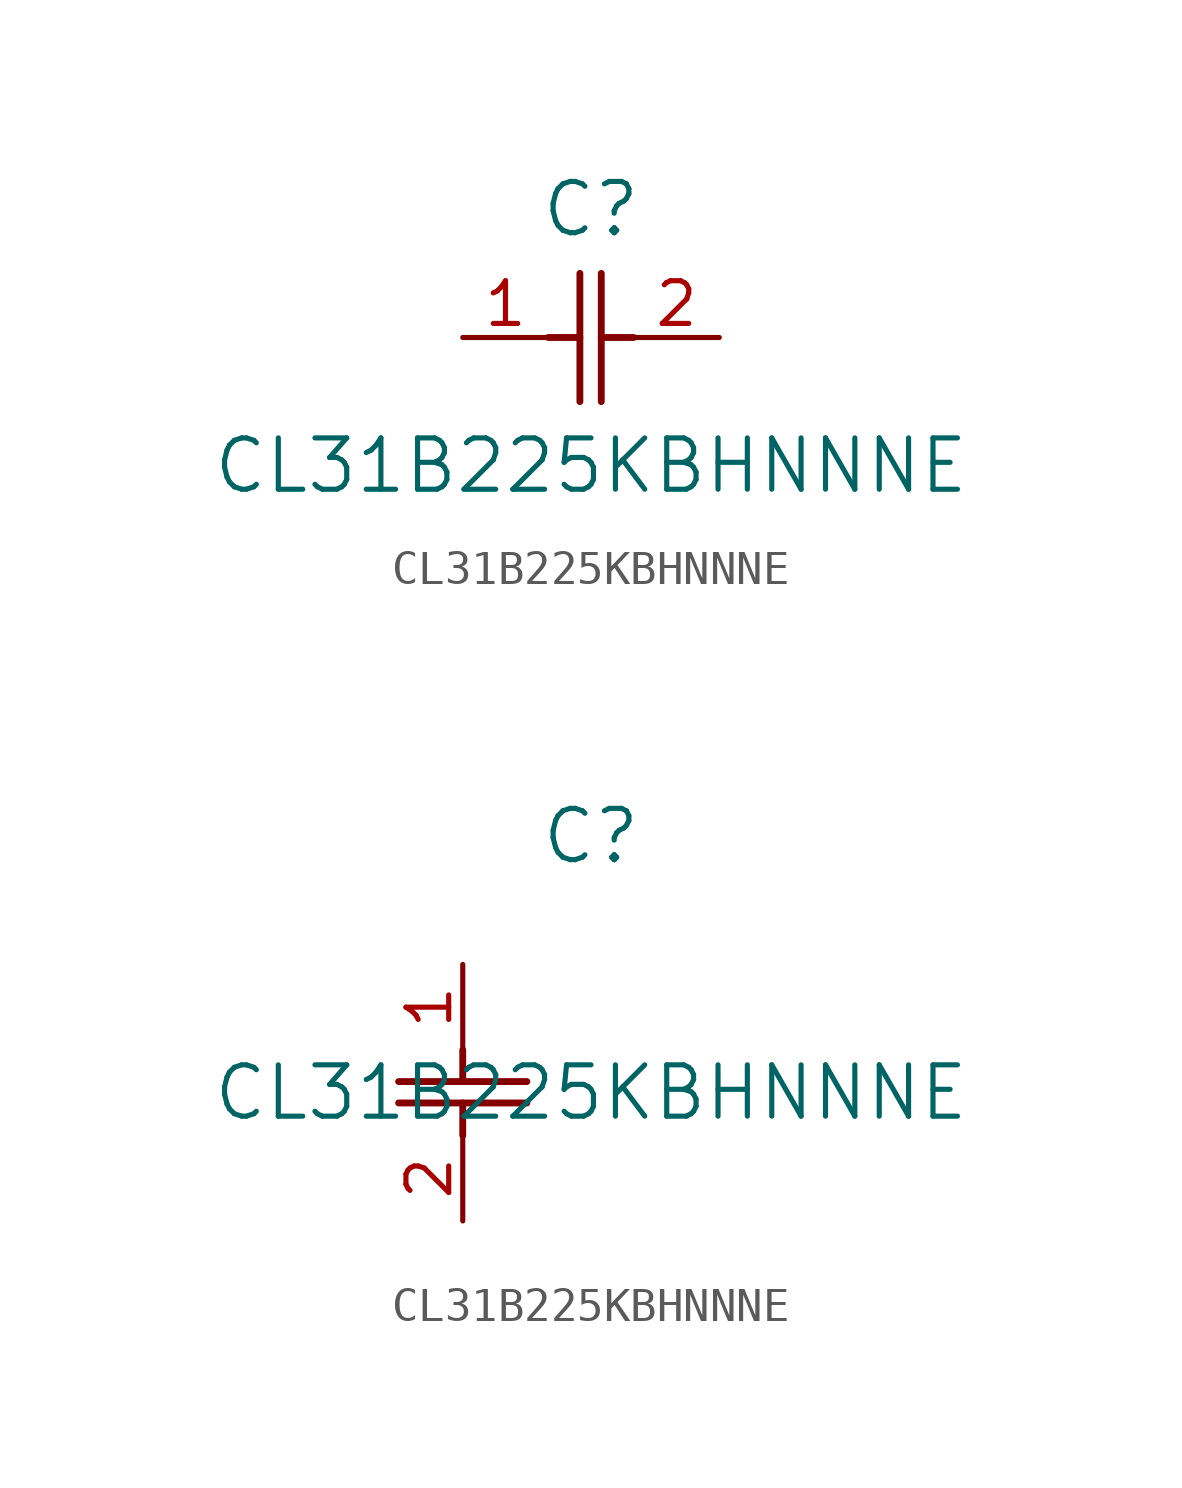
<source format=kicad_sym>
(kicad_symbol_lib
  (version 20211014)
  (generator kicad_symbol_editor)
  (symbol "CL31B225KBHNNNE"
    (pin_names
      (offset 0.254))
    (property "Reference" "C"
      (at 3.81 3.81 0)
      (effects (font (size 1.524 1.524))))
    (property "Value" "CL31B225KBHNNNE"
      (at 3.81 -3.81 0)
      (effects (font (size 1.524 1.524))))
    (symbol "CL31B225KBHNNNE_1_1"
      (polyline (pts (xy 3.48 -1.905) (xy 3.48 1.905)) (stroke (width 0.203) (type default) (color 0 0 0 0)) (fill (type none)))
      (polyline (pts (xy 4.115 -1.905) (xy 4.115 1.905)) (stroke (width 0.203) (type default) (color 0 0 0 0)) (fill (type none)))
      (polyline (pts (xy 4.115 0) (xy 5.08 0)) (stroke (width 0.203) (type default) (color 0 0 0 0)) (fill (type none)))
      (polyline (pts (xy 2.54 0) (xy 3.48 0)) (stroke (width 0.203) (type default) (color 0 0 0 0)) (fill (type none)))
      (pin unspecified line (at 0 0 0) (length 2.54) (name "" (effects (font (size 1.27 1.27)))) (number "1" (effects (font (size 1.27 1.27)))))
      (pin unspecified line (at 7.62 0 180) (length 2.54) (name "" (effects (font (size 1.27 1.27)))) (number "2" (effects (font (size 1.27 1.27))))))
    (symbol "CL31B225KBHNNNE_1_2"
      (polyline (pts (xy -1.905 -3.48) (xy 1.905 -3.48)) (stroke (width 0.203) (type default) (color 0 0 0 0)) (fill (type none)))
      (polyline (pts (xy -1.905 -4.115) (xy 1.905 -4.115)) (stroke (width 0.203) (type default) (color 0 0 0 0)) (fill (type none)))
      (polyline (pts (xy 0 -4.115) (xy 0 -5.08)) (stroke (width 0.203) (type default) (color 0 0 0 0)) (fill (type none)))
      (polyline (pts (xy 0 -2.54) (xy 0 -3.48)) (stroke (width 0.203) (type default) (color 0 0 0 0)) (fill (type none)))
      (pin unspecified line (at 0 0 270) (length 2.54) (name "" (effects (font (size 1.27 1.27)))) (number "1" (effects (font (size 1.27 1.27)))))
      (pin unspecified line (at 0 -7.62 90) (length 2.54) (name "" (effects (font (size 1.27 1.27)))) (number "2" (effects (font (size 1.27 1.27))))))))
</source>
